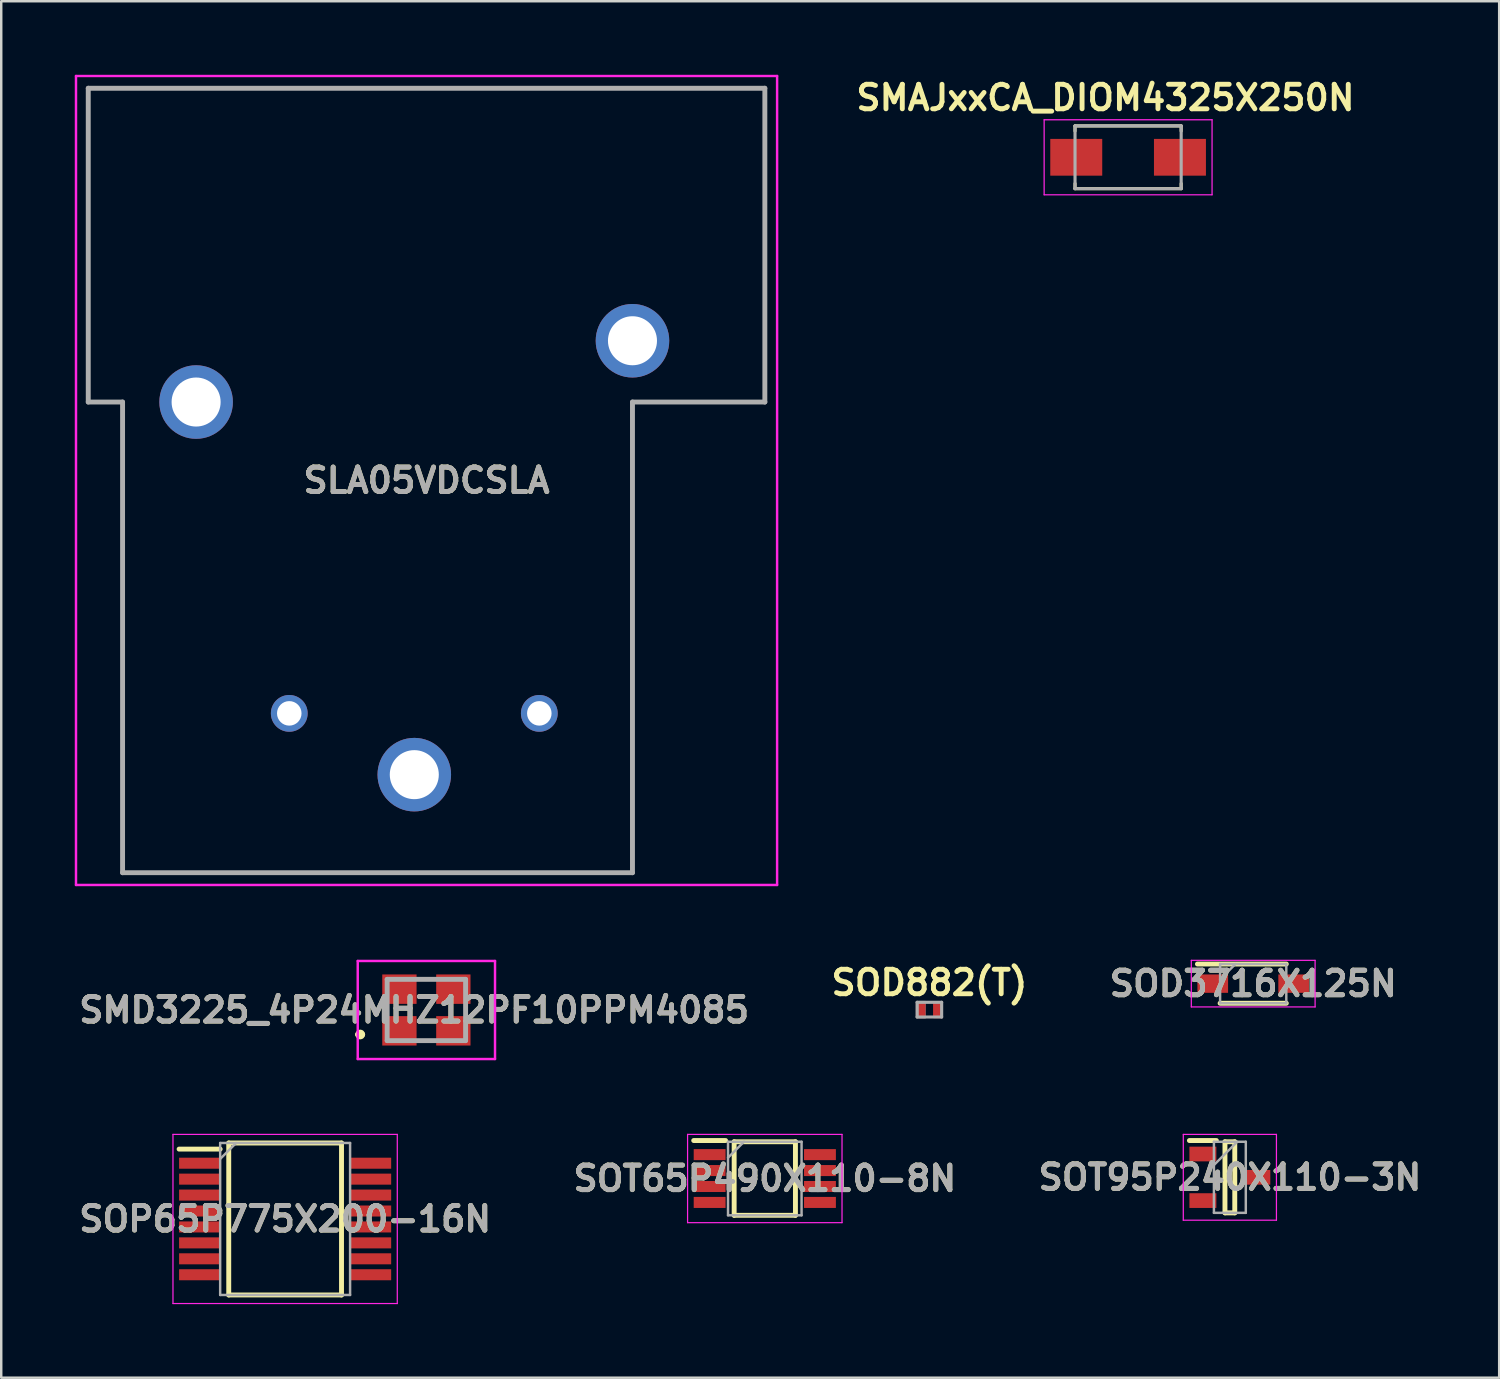
<source format=kicad_pcb>
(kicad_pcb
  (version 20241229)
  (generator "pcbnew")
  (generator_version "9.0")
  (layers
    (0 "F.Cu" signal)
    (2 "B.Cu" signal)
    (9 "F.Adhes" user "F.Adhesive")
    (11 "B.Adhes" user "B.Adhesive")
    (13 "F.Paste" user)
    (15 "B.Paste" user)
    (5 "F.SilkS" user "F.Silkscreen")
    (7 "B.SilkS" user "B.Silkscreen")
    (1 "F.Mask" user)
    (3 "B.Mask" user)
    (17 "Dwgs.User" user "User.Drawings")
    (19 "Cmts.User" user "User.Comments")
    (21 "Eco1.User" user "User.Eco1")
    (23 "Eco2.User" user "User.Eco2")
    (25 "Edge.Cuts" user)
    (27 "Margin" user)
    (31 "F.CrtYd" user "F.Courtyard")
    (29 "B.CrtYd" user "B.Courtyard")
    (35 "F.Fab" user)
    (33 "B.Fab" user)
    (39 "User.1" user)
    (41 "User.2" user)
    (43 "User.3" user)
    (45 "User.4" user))
  (footprint "SMD3225_4P24MHZ12PF10PPM4085"
    (layer "F.Cu")
    (at 14.343 38.15)
    (property "Reference" "SMD3225_4P24MHZ12PF10PPM4085" (at -0.5 0 0) (layer "F.SilkS") (effects (font (size 1 1) (thickness 0.2))))
    (attr smd)
    (fp_line (start -2.8 1) (end -2.8 1) (stroke (width 0.2) (type solid)) (layer "F.SilkS"))
    (fp_line (start -2.6 1) (end -2.6 1) (stroke (width 0.2) (type solid)) (layer "F.SilkS"))
    (fp_arc (start -2.8 1) (mid -2.7 0.9) (end -2.6 1) (stroke (width 0.2) (type solid)) (layer "F.SilkS"))
    (fp_arc (start -2.6 1) (mid -2.7 1.1) (end -2.8 1) (stroke (width 0.2) (type solid)) (layer "F.SilkS"))
    (fp_line (start -2.8 -2) (end 2.8 -2) (stroke (width 0.1) (type solid)) (layer "F.CrtYd"))
    (fp_line (start -2.8 2) (end -2.8 -2) (stroke (width 0.1) (type solid)) (layer "F.CrtYd"))
    (fp_line (start 2.8 -2) (end 2.8 2) (stroke (width 0.1) (type solid)) (layer "F.CrtYd"))
    (fp_line (start 2.8 2) (end -2.8 2) (stroke (width 0.1) (type solid)) (layer "F.CrtYd"))
    (fp_line (start -1.6 -1.25) (end 1.6 -1.25) (stroke (width 0.2) (type solid)) (layer "F.Fab"))
    (fp_line (start -1.6 1.25) (end -1.6 -1.25) (stroke (width 0.2) (type solid)) (layer "F.Fab"))
    (fp_line (start 1.6 -1.25) (end 1.6 1.25) (stroke (width 0.2) (type solid)) (layer "F.Fab"))
    (fp_line (start 1.6 1.25) (end -1.6 1.25) (stroke (width 0.2) (type solid)) (layer "F.Fab"))
    (fp_text user "${REFERENCE}" (at -0.5 0 0) (layer "F.Fab") (effects (font (size 1 1) (thickness 0.2))))
    (pad "1" smd rect (at -1.1 0.85 90) (size 1.2 1.4) (layers "F.Cu" "F.Mask" "F.Paste"))
    (pad "2" smd rect (at 1.1 0.85 90) (size 1.2 1.4) (layers "F.Cu" "F.Mask" "F.Paste"))
    (pad "3" smd rect (at 1.1 -0.85 90) (size 1.2 1.4) (layers "F.Cu" "F.Mask" "F.Paste"))
    (pad "4" smd rect (at -1.1 -0.85 90) (size 1.2 1.4) (layers "F.Cu" "F.Mask" "F.Paste")))
  (footprint "SOT95P240X110-3N"
    (layer "F.Cu")
    (at 47.119 44.975)
    (property "Reference" "SOT95P240X110-3N" (at 0 0 0) (layer "F.SilkS") (effects (font (size 1 1) (thickness 0.2))))
    (attr smd)
    (fp_line (start -1.65 -1.5) (end -0.55 -1.5) (stroke (width 0.2) (type solid)) (layer "F.SilkS"))
    (fp_line (start -0.2 -1.45) (end 0.2 -1.45) (stroke (width 0.2) (type solid)) (layer "F.SilkS"))
    (fp_line (start -0.2 1.45) (end -0.2 -1.45) (stroke (width 0.2) (type solid)) (layer "F.SilkS"))
    (fp_line (start 0.2 -1.45) (end 0.2 1.45) (stroke (width 0.2) (type solid)) (layer "F.SilkS"))
    (fp_line (start 0.2 1.45) (end -0.2 1.45) (stroke (width 0.2) (type solid)) (layer "F.SilkS"))
    (fp_line (start -1.9 -1.75) (end 1.9 -1.75) (stroke (width 0.05) (type solid)) (layer "F.CrtYd"))
    (fp_line (start -1.9 1.75) (end -1.9 -1.75) (stroke (width 0.05) (type solid)) (layer "F.CrtYd"))
    (fp_line (start 1.9 -1.75) (end 1.9 1.75) (stroke (width 0.05) (type solid)) (layer "F.CrtYd"))
    (fp_line (start 1.9 1.75) (end -1.9 1.75) (stroke (width 0.05) (type solid)) (layer "F.CrtYd"))
    (fp_line (start -0.65 -1.45) (end 0.65 -1.45) (stroke (width 0.1) (type solid)) (layer "F.Fab"))
    (fp_line (start -0.65 -0.5) (end 0.3 -1.45) (stroke (width 0.1) (type solid)) (layer "F.Fab"))
    (fp_line (start -0.65 1.45) (end -0.65 -1.45) (stroke (width 0.1) (type solid)) (layer "F.Fab"))
    (fp_line (start 0.65 -1.45) (end 0.65 1.45) (stroke (width 0.1) (type solid)) (layer "F.Fab"))
    (fp_line (start 0.65 1.45) (end -0.65 1.45) (stroke (width 0.1) (type solid)) (layer "F.Fab"))
    (fp_text user "${REFERENCE}" (at 0 0 0) (layer "F.Fab") (effects (font (size 1 1) (thickness 0.2))))
    (pad "1" smd rect (at -1.1 -0.95 90) (size 0.6 1.1) (layers "F.Cu" "F.Mask" "F.Paste"))
    (pad "2" smd rect (at -1.1 0.95 90) (size 0.6 1.1) (layers "F.Cu" "F.Mask" "F.Paste"))
    (pad "3" smd rect (at 1.1 0 90) (size 0.6 1.1) (layers "F.Cu" "F.Mask" "F.Paste")))
  (footprint "SOD882(T)"
    (layer "F.Cu")
    (at 34.862 38.136)
    (property "Reference" "SOD882(T)" (at 0 -1.1 0) (layer "F.SilkS") (effects (font (size 1 1) (thickness 0.2))))
    (attr through_hole)
    (fp_poly (pts (xy -0.6 -0.4) (xy -0.1 -0.4) (xy -0.1 0.4) (xy -0.6 0.4)) (stroke (width 0.01) (type solid)) (fill yes) (layer "F.Mask"))
    (fp_poly (pts (xy 0.1 -0.4) (xy 0.6 -0.4) (xy 0.6 0.4) (xy 0.1 0.4)) (stroke (width 0.01) (type solid)) (fill yes) (layer "F.Mask"))
    (fp_poly (pts (xy -0.501 -0.3) (xy -0.2 -0.3) (xy -0.2 0.3) (xy -0.501 0.3)) (stroke (width 0.01) (type solid)) (fill yes) (layer "F.Paste"))
    (fp_poly (pts (xy 0.2 -0.3) (xy 0.5 -0.3) (xy 0.5 0.3) (xy 0.2 0.3)) (stroke (width 0.01) (type solid)) (fill yes) (layer "F.Paste"))
    (fp_line (start -0.5 -0.3) (end 0.5 -0.3) (stroke (width 0.127) (type solid)) (layer "F.Fab"))
    (fp_line (start -0.5 0.3) (end -0.5 -0.3) (stroke (width 0.127) (type solid)) (layer "F.Fab"))
    (fp_line (start 0.5 -0.3) (end 0.5 0.3) (stroke (width 0.127) (type solid)) (layer "F.Fab"))
    (fp_line (start 0.5 0.3) (end -0.5 0.3) (stroke (width 0.127) (type solid)) (layer "F.Fab"))
    (fp_poly (pts (xy -0.451 -0.35) (xy -0.15 -0.35) (xy -0.15 0.351) (xy -0.451 0.351)) (stroke (width 0.01) (type solid)) (fill no) (layer "F.Fab"))
    (pad "1" smd roundrect (at -0.35 0) (size 0.4 0.7) (layers "F.Cu") (roundrect_rratio 0.09))
    (pad "2" smd roundrect (at 0.35 0) (size 0.4 0.7) (layers "F.Cu") (roundrect_rratio 0.09)))
  (footprint "SMAJxxCA_DIOM4325X250N"
    (layer "F.Cu")
    (at 42.968 3.366)
    (property "Reference" "SMAJxxCA_DIOM4325X250N" (at -0.925 -2.43 0) (layer "F.SilkS") (effects (font (size 1 1) (thickness 0.2))))
    (attr through_hole)
    (fp_line (start -2.165 -1.28) (end -2.165 -1.07) (stroke (width 0.127) (type solid)) (layer "F.SilkS"))
    (fp_line (start -2.165 1.28) (end -2.165 1.07) (stroke (width 0.127) (type solid)) (layer "F.SilkS"))
    (fp_line (start -2.165 1.28) (end 2.165 1.28) (stroke (width 0.127) (type solid)) (layer "F.SilkS"))
    (fp_line (start 2.165 -1.28) (end -2.165 -1.28) (stroke (width 0.127) (type solid)) (layer "F.SilkS"))
    (fp_line (start 2.165 -1.07) (end 2.165 -1.28) (stroke (width 0.127) (type solid)) (layer "F.SilkS"))
    (fp_line (start 2.165 1.28) (end 2.165 1.07) (stroke (width 0.127) (type solid)) (layer "F.SilkS"))
    (fp_line (start -3.425 -1.53) (end -3.425 1.53) (stroke (width 0.05) (type solid)) (layer "F.CrtYd"))
    (fp_line (start -3.425 1.53) (end 3.425 1.53) (stroke (width 0.05) (type solid)) (layer "F.CrtYd"))
    (fp_line (start 3.425 -1.53) (end -3.425 -1.53) (stroke (width 0.05) (type solid)) (layer "F.CrtYd"))
    (fp_line (start 3.425 1.53) (end 3.425 -1.53) (stroke (width 0.05) (type solid)) (layer "F.CrtYd"))
    (fp_line (start -2.165 -1.28) (end -2.165 1.28) (stroke (width 0.127) (type solid)) (layer "F.Fab"))
    (fp_line (start -2.165 1.28) (end 2.165 1.28) (stroke (width 0.127) (type solid)) (layer "F.Fab"))
    (fp_line (start 2.165 -1.28) (end -2.165 -1.28) (stroke (width 0.127) (type solid)) (layer "F.Fab"))
    (fp_line (start 2.165 1.28) (end 2.165 -1.28) (stroke (width 0.127) (type solid)) (layer "F.Fab"))
    (pad "1" smd rect (at -2.115 0) (size 2.12 1.5) (layers "F.Cu" "F.Mask" "F.Paste"))
    (pad "2" smd rect (at 2.115 0) (size 2.12 1.5) (layers "F.Cu" "F.Mask" "F.Paste")))
  (footprint "SLA05VDCSLA"
    (layer "F.Cu")
    (at 13.85 16.55)
    (property "Reference" "SLA05VDCSLA" (at 0.5 0 0) (layer "F.SilkS") (effects (font (size 1 1) (thickness 0.2))))
    (attr through_hole)
    (fp_line (start -13.3 -16) (end -13.3 -3.2) (stroke (width 0.1) (type solid)) (layer "F.SilkS"))
    (fp_line (start -13.3 -3.2) (end -11.9 -3.2) (stroke (width 0.1) (type solid)) (layer "F.SilkS"))
    (fp_line (start -11.9 -3.2) (end -11.9 16) (stroke (width 0.1) (type solid)) (layer "F.SilkS"))
    (fp_line (start -11.9 16) (end 8.88 16) (stroke (width 0.1) (type solid)) (layer "F.SilkS"))
    (fp_line (start 8.88 -3.2) (end 14.3 -3.2) (stroke (width 0.1) (type solid)) (layer "F.SilkS"))
    (fp_line (start 8.88 16) (end 8.88 -3.2) (stroke (width 0.1) (type solid)) (layer "F.SilkS"))
    (fp_line (start 14.3 -16) (end -13.3 -16) (stroke (width 0.1) (type solid)) (layer "F.SilkS"))
    (fp_line (start 14.3 -3.2) (end 14.3 -16) (stroke (width 0.1) (type solid)) (layer "F.SilkS"))
    (fp_line (start -13.8 -16.5) (end 14.8 -16.5) (stroke (width 0.1) (type solid)) (layer "F.CrtYd"))
    (fp_line (start -13.8 16.5) (end -13.8 -16.5) (stroke (width 0.1) (type solid)) (layer "F.CrtYd"))
    (fp_line (start 14.8 -16.5) (end 14.8 16.5) (stroke (width 0.1) (type solid)) (layer "F.CrtYd"))
    (fp_line (start 14.8 16.5) (end -13.8 16.5) (stroke (width 0.1) (type solid)) (layer "F.CrtYd"))
    (fp_line (start -13.3 -16) (end -13.3 -3.2) (stroke (width 0.2) (type solid)) (layer "F.Fab"))
    (fp_line (start -13.3 -3.2) (end -11.9 -3.2) (stroke (width 0.2) (type solid)) (layer "F.Fab"))
    (fp_line (start -11.9 -3.2) (end -11.9 16) (stroke (width 0.2) (type solid)) (layer "F.Fab"))
    (fp_line (start -11.9 16) (end 8.9 16) (stroke (width 0.2) (type solid)) (layer "F.Fab"))
    (fp_line (start 8.9 -3.2) (end 14.3 -3.2) (stroke (width 0.2) (type solid)) (layer "F.Fab"))
    (fp_line (start 8.9 16) (end 8.9 -3.2) (stroke (width 0.2) (type solid)) (layer "F.Fab"))
    (fp_line (start 14.3 -16) (end -13.3 -16) (stroke (width 0.2) (type solid)) (layer "F.Fab"))
    (fp_line (start 14.3 -3.2) (end 14.3 -16) (stroke (width 0.2) (type solid)) (layer "F.Fab"))
    (fp_text user "${REFERENCE}" (at 0.5 0 0) (layer "F.Fab") (effects (font (size 1 1) (thickness 0.2))))
    (pad "1" thru_hole circle (at 0 12) (size 3 3) (drill 2) (layers "*.Cu" "*.Mask"))
    (pad "2" thru_hole circle (at -8.9 -3.2) (size 3 3) (drill 2) (layers "*.Cu" "*.Mask"))
    (pad "3" thru_hole circle (at 8.9 -5.7) (size 3 3) (drill 2) (layers "*.Cu" "*.Mask"))
    (pad "5" thru_hole circle (at -5.1 9.5) (size 1.5 1.5) (drill 1) (layers "*.Cu" "*.Mask"))
    (pad "6" thru_hole circle (at 5.1 9.5) (size 1.5 1.5) (drill 1) (layers "*.Cu" "*.Mask")))
  (footprint "SOP65P775X200-16N"
    (layer "F.Cu")
    (at 8.581 46.675)
    (property "Reference" "SOP65P775X200-16N" (at 0 0 0) (layer "F.SilkS") (effects (font (size 1 1) (thickness 0.2))))
    (attr smd)
    (fp_line (start -4.325 -2.85) (end -2.65 -2.85) (stroke (width 0.2) (type solid)) (layer "F.SilkS"))
    (fp_line (start -2.3 -3.1) (end 2.3 -3.1) (stroke (width 0.2) (type solid)) (layer "F.SilkS"))
    (fp_line (start -2.3 3.1) (end -2.3 -3.1) (stroke (width 0.2) (type solid)) (layer "F.SilkS"))
    (fp_line (start 2.3 -3.1) (end 2.3 3.1) (stroke (width 0.2) (type solid)) (layer "F.SilkS"))
    (fp_line (start 2.3 3.1) (end -2.3 3.1) (stroke (width 0.2) (type solid)) (layer "F.SilkS"))
    (fp_line (start -4.575 -3.45) (end 4.575 -3.45) (stroke (width 0.05) (type solid)) (layer "F.CrtYd"))
    (fp_line (start -4.575 3.45) (end -4.575 -3.45) (stroke (width 0.05) (type solid)) (layer "F.CrtYd"))
    (fp_line (start 4.575 -3.45) (end 4.575 3.45) (stroke (width 0.05) (type solid)) (layer "F.CrtYd"))
    (fp_line (start 4.575 3.45) (end -4.575 3.45) (stroke (width 0.05) (type solid)) (layer "F.CrtYd"))
    (fp_line (start -2.65 -3.1) (end 2.65 -3.1) (stroke (width 0.1) (type solid)) (layer "F.Fab"))
    (fp_line (start -2.65 -2.45) (end -2 -3.1) (stroke (width 0.1) (type solid)) (layer "F.Fab"))
    (fp_line (start -2.65 3.1) (end -2.65 -3.1) (stroke (width 0.1) (type solid)) (layer "F.Fab"))
    (fp_line (start 2.65 -3.1) (end 2.65 3.1) (stroke (width 0.1) (type solid)) (layer "F.Fab"))
    (fp_line (start 2.65 3.1) (end -2.65 3.1) (stroke (width 0.1) (type solid)) (layer "F.Fab"))
    (fp_text user "${REFERENCE}" (at 0 0 0) (layer "F.Fab") (effects (font (size 1 1) (thickness 0.2))))
    (pad "1" smd rect (at -3.488 -2.275 90) (size 0.45 1.675) (layers "F.Cu" "F.Mask" "F.Paste"))
    (pad "2" smd rect (at -3.488 -1.625 90) (size 0.45 1.675) (layers "F.Cu" "F.Mask" "F.Paste"))
    (pad "3" smd rect (at -3.488 -0.975 90) (size 0.45 1.675) (layers "F.Cu" "F.Mask" "F.Paste"))
    (pad "4" smd rect (at -3.488 -0.325 90) (size 0.45 1.675) (layers "F.Cu" "F.Mask" "F.Paste"))
    (pad "5" smd rect (at -3.488 0.325 90) (size 0.45 1.675) (layers "F.Cu" "F.Mask" "F.Paste"))
    (pad "6" smd rect (at -3.488 0.975 90) (size 0.45 1.675) (layers "F.Cu" "F.Mask" "F.Paste"))
    (pad "7" smd rect (at -3.488 1.625 90) (size 0.45 1.675) (layers "F.Cu" "F.Mask" "F.Paste"))
    (pad "8" smd rect (at -3.488 2.275 90) (size 0.45 1.675) (layers "F.Cu" "F.Mask" "F.Paste"))
    (pad "9" smd rect (at 3.488 2.275 90) (size 0.45 1.675) (layers "F.Cu" "F.Mask" "F.Paste"))
    (pad "10" smd rect (at 3.488 1.625 90) (size 0.45 1.675) (layers "F.Cu" "F.Mask" "F.Paste"))
    (pad "11" smd rect (at 3.488 0.975 90) (size 0.45 1.675) (layers "F.Cu" "F.Mask" "F.Paste"))
    (pad "12" smd rect (at 3.488 0.325 90) (size 0.45 1.675) (layers "F.Cu" "F.Mask" "F.Paste"))
    (pad "13" smd rect (at 3.488 -0.325 90) (size 0.45 1.675) (layers "F.Cu" "F.Mask" "F.Paste"))
    (pad "14" smd rect (at 3.488 -0.975 90) (size 0.45 1.675) (layers "F.Cu" "F.Mask" "F.Paste"))
    (pad "15" smd rect (at 3.488 -1.625 90) (size 0.45 1.675) (layers "F.Cu" "F.Mask" "F.Paste"))
    (pad "16" smd rect (at 3.488 -2.275 90) (size 0.45 1.675) (layers "F.Cu" "F.Mask" "F.Paste")))
  (footprint "SOT65P490X110-8N"
    (layer "F.Cu")
    (at 28.148 45.025)
    (property "Reference" "SOT65P490X110-8N" (at 0 0 0) (layer "F.SilkS") (effects (font (size 1 1) (thickness 0.2))))
    (attr smd)
    (fp_line (start -2.9 -1.55) (end -1.6 -1.55) (stroke (width 0.2) (type solid)) (layer "F.SilkS"))
    (fp_line (start -1.25 -1.5) (end 1.25 -1.5) (stroke (width 0.2) (type solid)) (layer "F.SilkS"))
    (fp_line (start -1.25 1.5) (end -1.25 -1.5) (stroke (width 0.2) (type solid)) (layer "F.SilkS"))
    (fp_line (start 1.25 -1.5) (end 1.25 1.5) (stroke (width 0.2) (type solid)) (layer "F.SilkS"))
    (fp_line (start 1.25 1.5) (end -1.25 1.5) (stroke (width 0.2) (type solid)) (layer "F.SilkS"))
    (fp_line (start -3.15 -1.8) (end 3.15 -1.8) (stroke (width 0.05) (type solid)) (layer "F.CrtYd"))
    (fp_line (start -3.15 1.8) (end -3.15 -1.8) (stroke (width 0.05) (type solid)) (layer "F.CrtYd"))
    (fp_line (start 3.15 -1.8) (end 3.15 1.8) (stroke (width 0.05) (type solid)) (layer "F.CrtYd"))
    (fp_line (start 3.15 1.8) (end -3.15 1.8) (stroke (width 0.05) (type solid)) (layer "F.CrtYd"))
    (fp_line (start -1.5 -1.5) (end 1.5 -1.5) (stroke (width 0.1) (type solid)) (layer "F.Fab"))
    (fp_line (start -1.5 -0.85) (end -0.85 -1.5) (stroke (width 0.1) (type solid)) (layer "F.Fab"))
    (fp_line (start -1.5 1.5) (end -1.5 -1.5) (stroke (width 0.1) (type solid)) (layer "F.Fab"))
    (fp_line (start 1.5 -1.5) (end 1.5 1.5) (stroke (width 0.1) (type solid)) (layer "F.Fab"))
    (fp_line (start 1.5 1.5) (end -1.5 1.5) (stroke (width 0.1) (type solid)) (layer "F.Fab"))
    (fp_text user "${REFERENCE}" (at 0 0 0) (layer "F.Fab") (effects (font (size 1 1) (thickness 0.2))))
    (pad "1" smd rect (at -2.25 -0.975 90) (size 0.45 1.3) (layers "F.Cu" "F.Mask" "F.Paste"))
    (pad "2" smd rect (at -2.25 -0.325 90) (size 0.45 1.3) (layers "F.Cu" "F.Mask" "F.Paste"))
    (pad "3" smd rect (at -2.25 0.325 90) (size 0.45 1.3) (layers "F.Cu" "F.Mask" "F.Paste"))
    (pad "4" smd rect (at -2.25 0.975 90) (size 0.45 1.3) (layers "F.Cu" "F.Mask" "F.Paste"))
    (pad "5" smd rect (at 2.25 0.975 90) (size 0.45 1.3) (layers "F.Cu" "F.Mask" "F.Paste"))
    (pad "6" smd rect (at 2.25 0.325 90) (size 0.45 1.3) (layers "F.Cu" "F.Mask" "F.Paste"))
    (pad "7" smd rect (at 2.25 -0.325 90) (size 0.45 1.3) (layers "F.Cu" "F.Mask" "F.Paste"))
    (pad "8" smd rect (at 2.25 -0.975 90) (size 0.45 1.3) (layers "F.Cu" "F.Mask" "F.Paste")))
  (footprint "SOD3716X125N"
    (layer "F.Cu")
    (at 48.071 37.075)
    (property "Reference" "SOD3716X125N" (at 0 0 0) (layer "F.SilkS") (effects (font (size 1 1) (thickness 0.2))))
    (attr smd)
    (fp_line (start -2.275 -0.8) (end 1.35 -0.8) (stroke (width 0.2) (type solid)) (layer "F.SilkS"))
    (fp_line (start -1.35 0.8) (end 1.35 0.8) (stroke (width 0.2) (type solid)) (layer "F.SilkS"))
    (fp_line (start -2.525 -0.95) (end 2.525 -0.95) (stroke (width 0.05) (type solid)) (layer "F.CrtYd"))
    (fp_line (start -2.525 0.95) (end -2.525 -0.95) (stroke (width 0.05) (type solid)) (layer "F.CrtYd"))
    (fp_line (start 2.525 -0.95) (end 2.525 0.95) (stroke (width 0.05) (type solid)) (layer "F.CrtYd"))
    (fp_line (start 2.525 0.95) (end -2.525 0.95) (stroke (width 0.05) (type solid)) (layer "F.CrtYd"))
    (fp_line (start -1.35 -0.8) (end 1.35 -0.8) (stroke (width 0.1) (type solid)) (layer "F.Fab"))
    (fp_line (start -1.35 -0.175) (end -0.725 -0.8) (stroke (width 0.1) (type solid)) (layer "F.Fab"))
    (fp_line (start -1.35 0.8) (end -1.35 -0.8) (stroke (width 0.1) (type solid)) (layer "F.Fab"))
    (fp_line (start 1.35 -0.8) (end 1.35 0.8) (stroke (width 0.1) (type solid)) (layer "F.Fab"))
    (fp_line (start 1.35 0.8) (end -1.35 0.8) (stroke (width 0.1) (type solid)) (layer "F.Fab"))
    (fp_text user "${REFERENCE}" (at 0 0 0) (layer "F.Fab") (effects (font (size 1 1) (thickness 0.2))))
    (pad "1" smd rect (at -1.65 0 90) (size 0.75 1.25) (layers "F.Cu" "F.Mask" "F.Paste"))
    (pad "2" smd rect (at 1.65 0 90) (size 0.75 1.25) (layers "F.Cu" "F.Mask" "F.Paste")))
  (gr_rect
    (start -3 -3)
    (end 58.105 53.15)
    (stroke (width 0.1) (type default))
    (fill no)
    (layer "Edge.Cuts")))
</source>
